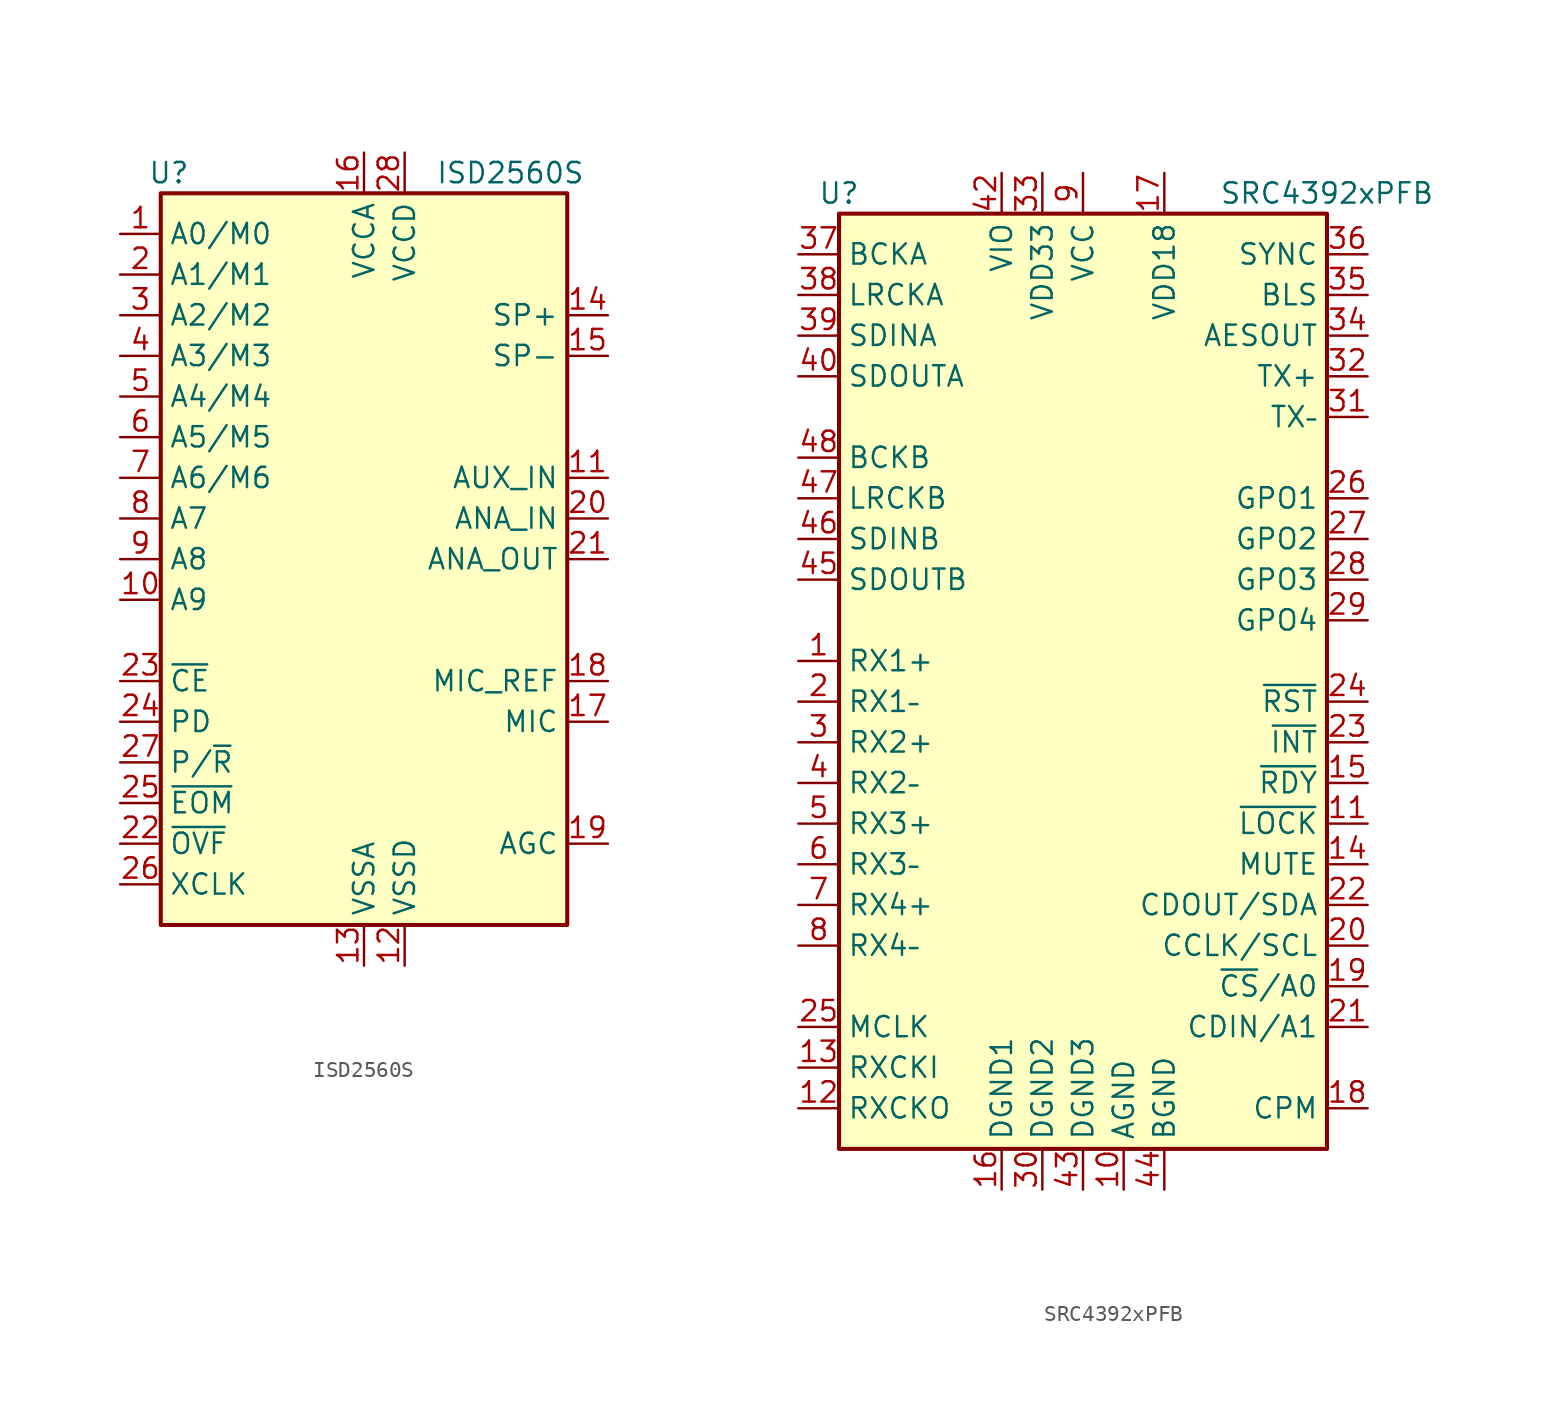
<source format=kicad_sym>
(kicad_symbol_lib
  (version 20201005)
  (generator kicad_symbol_editor)
  (symbol "ISD2560S"
    (property "Reference" "U"
      (at -12.192 24.13 0)
      (effects (font (size 1.27 1.27))))
    (property "Value" "ISD2560S"
      (at 9.144 24.13 0)
      (effects (font (size 1.27 1.27))))
    (symbol "ISD2560S_0_1"
      (rectangle (start -12.7 22.86) (end 12.7 -22.86) (stroke (width 0.254)) (fill (type background))))
    (symbol "ISD2560S_1_1"
      (pin input line (at -15.24 20.32 0) (length 2.54) (name "A0/M0" (effects (font (size 1.27 1.27)))) (number "1" (effects (font (size 1.27 1.27)))))
      (pin input line (at -15.24 -2.54 0) (length 2.54) (name "A9" (effects (font (size 1.27 1.27)))) (number "10" (effects (font (size 1.27 1.27)))))
      (pin input line (at 15.24 5.08 180) (length 2.54) (name "AUX_IN" (effects (font (size 1.27 1.27)))) (number "11" (effects (font (size 1.27 1.27)))))
      (pin power_in line (at 2.54 -25.4 90) (length 2.54) (name "VSSD" (effects (font (size 1.27 1.27)))) (number "12" (effects (font (size 1.27 1.27)))))
      (pin power_in line (at 0 -25.4 90) (length 2.54) (name "VSSA" (effects (font (size 1.27 1.27)))) (number "13" (effects (font (size 1.27 1.27)))))
      (pin output line (at 15.24 15.24 180) (length 2.54) (name "SP+" (effects (font (size 1.27 1.27)))) (number "14" (effects (font (size 1.27 1.27)))))
      (pin output line (at 15.24 12.7 180) (length 2.54) (name "SP-" (effects (font (size 1.27 1.27)))) (number "15" (effects (font (size 1.27 1.27)))))
      (pin power_in line (at 0 25.4 270) (length 2.54) (name "VCCA" (effects (font (size 1.27 1.27)))) (number "16" (effects (font (size 1.27 1.27)))))
      (pin input line (at 15.24 -10.16 180) (length 2.54) (name "MIC" (effects (font (size 1.27 1.27)))) (number "17" (effects (font (size 1.27 1.27)))))
      (pin passive line (at 15.24 -7.62 180) (length 2.54) (name "MIC_REF" (effects (font (size 1.27 1.27)))) (number "18" (effects (font (size 1.27 1.27)))))
      (pin passive line (at 15.24 -17.78 180) (length 2.54) (name "AGC" (effects (font (size 1.27 1.27)))) (number "19" (effects (font (size 1.27 1.27)))))
      (pin input line (at -15.24 17.78 0) (length 2.54) (name "A1/M1" (effects (font (size 1.27 1.27)))) (number "2" (effects (font (size 1.27 1.27)))))
      (pin input line (at 15.24 2.54 180) (length 2.54) (name "ANA_IN" (effects (font (size 1.27 1.27)))) (number "20" (effects (font (size 1.27 1.27)))))
      (pin output line (at 15.24 0 180) (length 2.54) (name "ANA_OUT" (effects (font (size 1.27 1.27)))) (number "21" (effects (font (size 1.27 1.27)))))
      (pin output line (at -15.24 -17.78 0) (length 2.54) (name "~OVF~" (effects (font (size 1.27 1.27)))) (number "22" (effects (font (size 1.27 1.27)))))
      (pin input line (at -15.24 -7.62 0) (length 2.54) (name "~CE~" (effects (font (size 1.27 1.27)))) (number "23" (effects (font (size 1.27 1.27)))))
      (pin input line (at -15.24 -10.16 0) (length 2.54) (name "PD" (effects (font (size 1.27 1.27)))) (number "24" (effects (font (size 1.27 1.27)))))
      (pin output line (at -15.24 -15.24 0) (length 2.54) (name "~EOM~" (effects (font (size 1.27 1.27)))) (number "25" (effects (font (size 1.27 1.27)))))
      (pin input line (at -15.24 -20.32 0) (length 2.54) (name "XCLK" (effects (font (size 1.27 1.27)))) (number "26" (effects (font (size 1.27 1.27)))))
      (pin input line (at -15.24 -12.7 0) (length 2.54) (name "P/~R~" (effects (font (size 1.27 1.27)))) (number "27" (effects (font (size 1.27 1.27)))))
      (pin power_in line (at 2.54 25.4 270) (length 2.54) (name "VCCD" (effects (font (size 1.27 1.27)))) (number "28" (effects (font (size 1.27 1.27)))))
      (pin input line (at -15.24 15.24 0) (length 2.54) (name "A2/M2" (effects (font (size 1.27 1.27)))) (number "3" (effects (font (size 1.27 1.27)))))
      (pin input line (at -15.24 12.7 0) (length 2.54) (name "A3/M3" (effects (font (size 1.27 1.27)))) (number "4" (effects (font (size 1.27 1.27)))))
      (pin input line (at -15.24 10.16 0) (length 2.54) (name "A4/M4" (effects (font (size 1.27 1.27)))) (number "5" (effects (font (size 1.27 1.27)))))
      (pin input line (at -15.24 7.62 0) (length 2.54) (name "A5/M5" (effects (font (size 1.27 1.27)))) (number "6" (effects (font (size 1.27 1.27)))))
      (pin input line (at -15.24 5.08 0) (length 2.54) (name "A6/M6" (effects (font (size 1.27 1.27)))) (number "7" (effects (font (size 1.27 1.27)))))
      (pin input line (at -15.24 2.54 0) (length 2.54) (name "A7" (effects (font (size 1.27 1.27)))) (number "8" (effects (font (size 1.27 1.27)))))
      (pin input line (at -15.24 0 0) (length 2.54) (name "A8" (effects (font (size 1.27 1.27)))) (number "9" (effects (font (size 1.27 1.27)))))))
  (symbol "SRC4392xPFB"
    (property "Reference" "U"
      (at -15.24 31.75 0)
      (effects (font (size 1.27 1.27))))
    (property "Value" "SRC4392xPFB"
      (at 15.24 31.75 0)
      (effects (font (size 1.27 1.27))))
    (symbol "SRC4392xPFB_0_1"
      (rectangle (start -15.24 30.48) (end 15.24 -27.94) (stroke (width 0.254)) (fill (type background))))
    (symbol "SRC4392xPFB_1_1"
      (pin input line (at -17.78 2.54 0) (length 2.54) (name "RX1+" (effects (font (size 1.27 1.27)))) (number "1" (effects (font (size 1.27 1.27)))))
      (pin power_in line (at 2.54 -30.48 90) (length 2.54) (name "AGND" (effects (font (size 1.27 1.27)))) (number "10" (effects (font (size 1.27 1.27)))))
      (pin output line (at 17.78 -7.62 180) (length 2.54) (name "~LOCK~" (effects (font (size 1.27 1.27)))) (number "11" (effects (font (size 1.27 1.27)))))
      (pin output line (at -17.78 -25.4 0) (length 2.54) (name "RXCKO" (effects (font (size 1.27 1.27)))) (number "12" (effects (font (size 1.27 1.27)))))
      (pin input line (at -17.78 -22.86 0) (length 2.54) (name "RXCKI" (effects (font (size 1.27 1.27)))) (number "13" (effects (font (size 1.27 1.27)))))
      (pin input line (at 17.78 -10.16 180) (length 2.54) (name "MUTE" (effects (font (size 1.27 1.27)))) (number "14" (effects (font (size 1.27 1.27)))))
      (pin output line (at 17.78 -5.08 180) (length 2.54) (name "~RDY~" (effects (font (size 1.27 1.27)))) (number "15" (effects (font (size 1.27 1.27)))))
      (pin power_in line (at -5.08 -30.48 90) (length 2.54) (name "DGND1" (effects (font (size 1.27 1.27)))) (number "16" (effects (font (size 1.27 1.27)))))
      (pin power_in line (at 5.08 33.02 270) (length 2.54) (name "VDD18" (effects (font (size 1.27 1.27)))) (number "17" (effects (font (size 1.27 1.27)))))
      (pin input line (at 17.78 -25.4 180) (length 2.54) (name "CPM" (effects (font (size 1.27 1.27)))) (number "18" (effects (font (size 1.27 1.27)))))
      (pin input line (at 17.78 -17.78 180) (length 2.54) (name "~CS~/A0" (effects (font (size 1.27 1.27)))) (number "19" (effects (font (size 1.27 1.27)))))
      (pin input line (at -17.78 0 0) (length 2.54) (name "RX1–" (effects (font (size 1.27 1.27)))) (number "2" (effects (font (size 1.27 1.27)))))
      (pin input line (at 17.78 -15.24 180) (length 2.54) (name "CCLK/SCL" (effects (font (size 1.27 1.27)))) (number "20" (effects (font (size 1.27 1.27)))))
      (pin input line (at 17.78 -20.32 180) (length 2.54) (name "CDIN/A1" (effects (font (size 1.27 1.27)))) (number "21" (effects (font (size 1.27 1.27)))))
      (pin bidirectional line (at 17.78 -12.7 180) (length 2.54) (name "CDOUT/SDA" (effects (font (size 1.27 1.27)))) (number "22" (effects (font (size 1.27 1.27)))))
      (pin open_collector line (at 17.78 -2.54 180) (length 2.54) (name "~INT~" (effects (font (size 1.27 1.27)))) (number "23" (effects (font (size 1.27 1.27)))))
      (pin input line (at 17.78 0 180) (length 2.54) (name "~RST~" (effects (font (size 1.27 1.27)))) (number "24" (effects (font (size 1.27 1.27)))))
      (pin input line (at -17.78 -20.32 0) (length 2.54) (name "MCLK" (effects (font (size 1.27 1.27)))) (number "25" (effects (font (size 1.27 1.27)))))
      (pin output line (at 17.78 12.7 180) (length 2.54) (name "GPO1" (effects (font (size 1.27 1.27)))) (number "26" (effects (font (size 1.27 1.27)))))
      (pin output line (at 17.78 10.16 180) (length 2.54) (name "GPO2" (effects (font (size 1.27 1.27)))) (number "27" (effects (font (size 1.27 1.27)))))
      (pin output line (at 17.78 7.62 180) (length 2.54) (name "GPO3" (effects (font (size 1.27 1.27)))) (number "28" (effects (font (size 1.27 1.27)))))
      (pin output line (at 17.78 5.08 180) (length 2.54) (name "GPO4" (effects (font (size 1.27 1.27)))) (number "29" (effects (font (size 1.27 1.27)))))
      (pin input line (at -17.78 -2.54 0) (length 2.54) (name "RX2+" (effects (font (size 1.27 1.27)))) (number "3" (effects (font (size 1.27 1.27)))))
      (pin power_in line (at -2.54 -30.48 90) (length 2.54) (name "DGND2" (effects (font (size 1.27 1.27)))) (number "30" (effects (font (size 1.27 1.27)))))
      (pin output line (at 17.78 17.78 180) (length 2.54) (name "TX–" (effects (font (size 1.27 1.27)))) (number "31" (effects (font (size 1.27 1.27)))))
      (pin output line (at 17.78 20.32 180) (length 2.54) (name "TX+" (effects (font (size 1.27 1.27)))) (number "32" (effects (font (size 1.27 1.27)))))
      (pin power_in line (at -2.54 33.02 270) (length 2.54) (name "VDD33" (effects (font (size 1.27 1.27)))) (number "33" (effects (font (size 1.27 1.27)))))
      (pin output line (at 17.78 22.86 180) (length 2.54) (name "AESOUT" (effects (font (size 1.27 1.27)))) (number "34" (effects (font (size 1.27 1.27)))))
      (pin bidirectional line (at 17.78 25.4 180) (length 2.54) (name "BLS" (effects (font (size 1.27 1.27)))) (number "35" (effects (font (size 1.27 1.27)))))
      (pin output line (at 17.78 27.94 180) (length 2.54) (name "SYNC" (effects (font (size 1.27 1.27)))) (number "36" (effects (font (size 1.27 1.27)))))
      (pin bidirectional line (at -17.78 27.94 0) (length 2.54) (name "BCKA" (effects (font (size 1.27 1.27)))) (number "37" (effects (font (size 1.27 1.27)))))
      (pin bidirectional line (at -17.78 25.4 0) (length 2.54) (name "LRCKA" (effects (font (size 1.27 1.27)))) (number "38" (effects (font (size 1.27 1.27)))))
      (pin input line (at -17.78 22.86 0) (length 2.54) (name "SDINA" (effects (font (size 1.27 1.27)))) (number "39" (effects (font (size 1.27 1.27)))))
      (pin input line (at -17.78 -5.08 0) (length 2.54) (name "RX2–" (effects (font (size 1.27 1.27)))) (number "4" (effects (font (size 1.27 1.27)))))
      (pin output line (at -17.78 20.32 0) (length 2.54) (name "SDOUTA" (effects (font (size 1.27 1.27)))) (number "40" (effects (font (size 1.27 1.27)))))
      (pin no_connect line (at 10.16 -27.94 90) (length 2.54) hide (name "NC" (effects (font (size 1.27 1.27)))) (number "41" (effects (font (size 1.27 1.27)))))
      (pin power_in line (at -5.08 33.02 270) (length 2.54) (name "VIO" (effects (font (size 1.27 1.27)))) (number "42" (effects (font (size 1.27 1.27)))))
      (pin power_in line (at 0 -30.48 90) (length 2.54) (name "DGND3" (effects (font (size 1.27 1.27)))) (number "43" (effects (font (size 1.27 1.27)))))
      (pin power_in line (at 5.08 -30.48 90) (length 2.54) (name "BGND" (effects (font (size 1.27 1.27)))) (number "44" (effects (font (size 1.27 1.27)))))
      (pin output line (at -17.78 7.62 0) (length 2.54) (name "SDOUTB" (effects (font (size 1.27 1.27)))) (number "45" (effects (font (size 1.27 1.27)))))
      (pin input line (at -17.78 10.16 0) (length 2.54) (name "SDINB" (effects (font (size 1.27 1.27)))) (number "46" (effects (font (size 1.27 1.27)))))
      (pin bidirectional line (at -17.78 12.7 0) (length 2.54) (name "LRCKB" (effects (font (size 1.27 1.27)))) (number "47" (effects (font (size 1.27 1.27)))))
      (pin bidirectional line (at -17.78 15.24 0) (length 2.54) (name "BCKB" (effects (font (size 1.27 1.27)))) (number "48" (effects (font (size 1.27 1.27)))))
      (pin input line (at -17.78 -7.62 0) (length 2.54) (name "RX3+" (effects (font (size 1.27 1.27)))) (number "5" (effects (font (size 1.27 1.27)))))
      (pin input line (at -17.78 -10.16 0) (length 2.54) (name "RX3–" (effects (font (size 1.27 1.27)))) (number "6" (effects (font (size 1.27 1.27)))))
      (pin input line (at -17.78 -12.7 0) (length 2.54) (name "RX4+" (effects (font (size 1.27 1.27)))) (number "7" (effects (font (size 1.27 1.27)))))
      (pin input line (at -17.78 -15.24 0) (length 2.54) (name "RX4–" (effects (font (size 1.27 1.27)))) (number "8" (effects (font (size 1.27 1.27)))))
      (pin power_in line (at 0 33.02 270) (length 2.54) (name "VCC" (effects (font (size 1.27 1.27)))) (number "9" (effects (font (size 1.27 1.27))))))))
</source>
